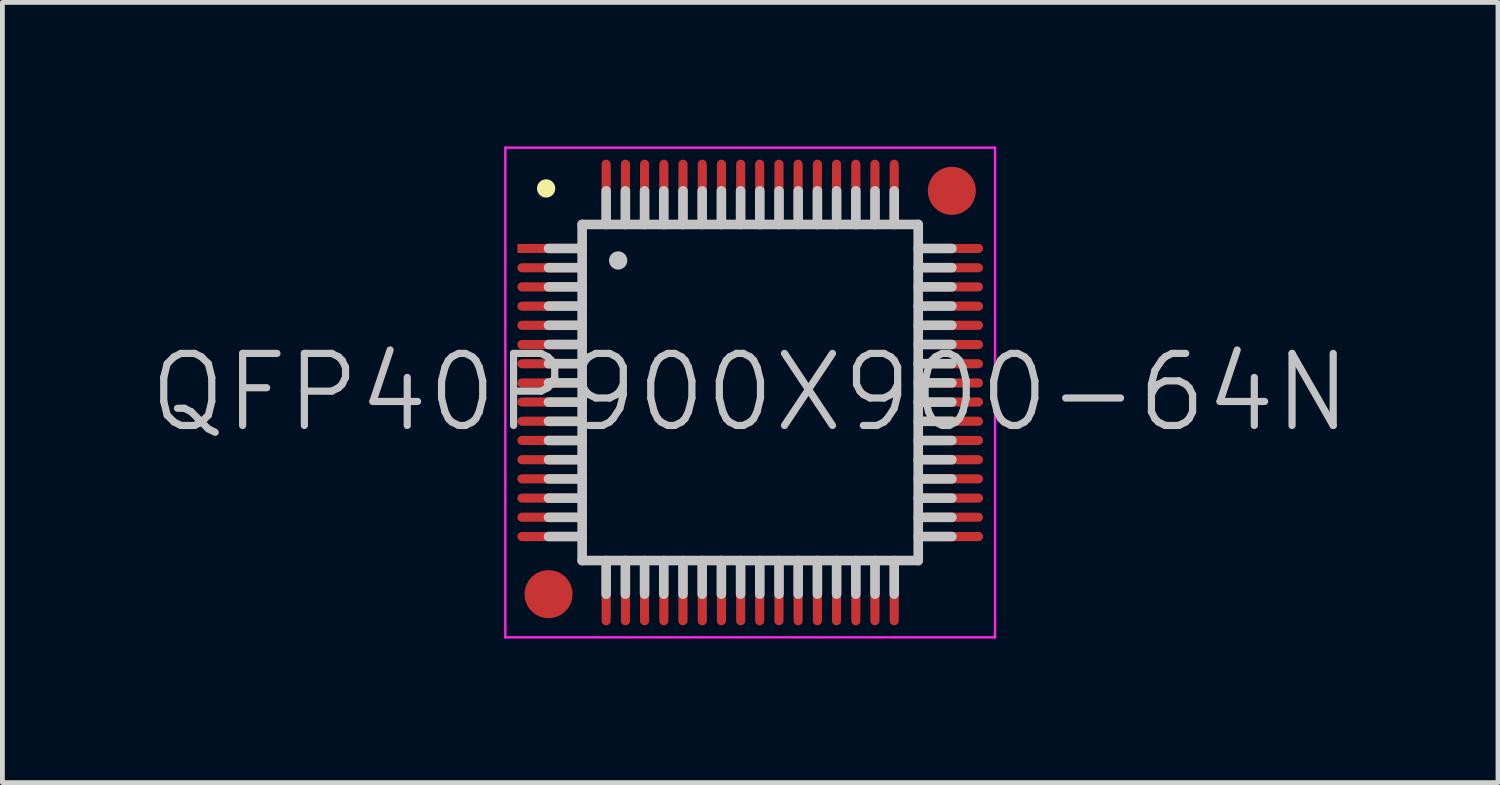
<source format=kicad_pcb>
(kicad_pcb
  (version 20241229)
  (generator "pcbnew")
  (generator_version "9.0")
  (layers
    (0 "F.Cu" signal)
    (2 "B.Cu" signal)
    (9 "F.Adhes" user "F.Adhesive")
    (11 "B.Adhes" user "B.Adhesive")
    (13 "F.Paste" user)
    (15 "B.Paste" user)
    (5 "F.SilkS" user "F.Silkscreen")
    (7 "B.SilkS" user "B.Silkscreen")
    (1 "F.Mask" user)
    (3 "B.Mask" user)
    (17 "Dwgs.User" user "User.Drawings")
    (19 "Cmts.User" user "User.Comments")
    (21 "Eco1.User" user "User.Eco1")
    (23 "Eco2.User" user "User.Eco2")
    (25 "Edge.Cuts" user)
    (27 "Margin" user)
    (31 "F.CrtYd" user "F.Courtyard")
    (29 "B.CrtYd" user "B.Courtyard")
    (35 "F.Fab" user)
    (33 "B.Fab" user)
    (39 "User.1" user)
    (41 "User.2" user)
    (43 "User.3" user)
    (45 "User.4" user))
  (footprint "QFP40P900X900-64N"
    (layer "F.Cu")
    (at 12.575 5.125)
    (property "Reference" "QFP40P900X900-64N" (at 0 0 0) (layer "Dwgs.User") (effects (font (size 1.5 1.5) (thickness 0.15))))
    (attr smd)
    (fp_line (start -4.25 -4.25) (end -4.25 -4.25) (stroke (width 0.381) (type solid)) (layer "F.SilkS"))
    (fp_line (start -3.5 -3.5) (end -3.5 3.5) (stroke (width 0.2) (type solid)) (layer "Dwgs.User"))
    (fp_line (start -3.5 -3.5) (end 3.5 -3.5) (stroke (width 0.2) (type solid)) (layer "Dwgs.User"))
    (fp_line (start -3.5 -3) (end -4.2 -3) (stroke (width 0.2) (type solid)) (layer "Dwgs.User"))
    (fp_line (start -3.5 -2.6) (end -4.2 -2.6) (stroke (width 0.2) (type solid)) (layer "Dwgs.User"))
    (fp_line (start -3.5 -2.2) (end -4.2 -2.2) (stroke (width 0.2) (type solid)) (layer "Dwgs.User"))
    (fp_line (start -3.5 -1.8) (end -4.2 -1.8) (stroke (width 0.2) (type solid)) (layer "Dwgs.User"))
    (fp_line (start -3.5 -1.4) (end -4.2 -1.4) (stroke (width 0.2) (type solid)) (layer "Dwgs.User"))
    (fp_line (start -3.5 -1) (end -4.2 -1) (stroke (width 0.2) (type solid)) (layer "Dwgs.User"))
    (fp_line (start -3.5 -0.6) (end -4.2 -0.6) (stroke (width 0.2) (type solid)) (layer "Dwgs.User"))
    (fp_line (start -3.5 -0.2) (end -4.2 -0.2) (stroke (width 0.2) (type solid)) (layer "Dwgs.User"))
    (fp_line (start -3.5 0.2) (end -4.2 0.2) (stroke (width 0.2) (type solid)) (layer "Dwgs.User"))
    (fp_line (start -3.5 0.6) (end -4.2 0.6) (stroke (width 0.2) (type solid)) (layer "Dwgs.User"))
    (fp_line (start -3.5 1) (end -4.2 1) (stroke (width 0.2) (type solid)) (layer "Dwgs.User"))
    (fp_line (start -3.5 1.4) (end -4.2 1.4) (stroke (width 0.2) (type solid)) (layer "Dwgs.User"))
    (fp_line (start -3.5 1.8) (end -4.2 1.8) (stroke (width 0.2) (type solid)) (layer "Dwgs.User"))
    (fp_line (start -3.5 2.2) (end -4.2 2.2) (stroke (width 0.2) (type solid)) (layer "Dwgs.User"))
    (fp_line (start -3.5 2.6) (end -4.2 2.6) (stroke (width 0.2) (type solid)) (layer "Dwgs.User"))
    (fp_line (start -3.5 3) (end -4.2 3) (stroke (width 0.2) (type solid)) (layer "Dwgs.User"))
    (fp_line (start -3.5 3.5) (end 3.5 3.5) (stroke (width 0.2) (type solid)) (layer "Dwgs.User"))
    (fp_line (start -3 -3.5) (end -3 -4.2) (stroke (width 0.2) (type solid)) (layer "Dwgs.User"))
    (fp_line (start -3 4.2) (end -3 3.5) (stroke (width 0.2) (type solid)) (layer "Dwgs.User"))
    (fp_line (start -2.75 -2.75) (end -2.75 -2.75) (stroke (width 0.381) (type solid)) (layer "Dwgs.User"))
    (fp_line (start -2.6 -3.5) (end -2.6 -4.2) (stroke (width 0.2) (type solid)) (layer "Dwgs.User"))
    (fp_line (start -2.6 4.2) (end -2.6 3.5) (stroke (width 0.2) (type solid)) (layer "Dwgs.User"))
    (fp_line (start -2.2 -3.5) (end -2.2 -4.2) (stroke (width 0.2) (type solid)) (layer "Dwgs.User"))
    (fp_line (start -2.2 4.2) (end -2.2 3.5) (stroke (width 0.2) (type solid)) (layer "Dwgs.User"))
    (fp_line (start -1.8 -3.5) (end -1.8 -4.2) (stroke (width 0.2) (type solid)) (layer "Dwgs.User"))
    (fp_line (start -1.8 4.2) (end -1.8 3.5) (stroke (width 0.2) (type solid)) (layer "Dwgs.User"))
    (fp_line (start -1.4 -3.5) (end -1.4 -4.2) (stroke (width 0.2) (type solid)) (layer "Dwgs.User"))
    (fp_line (start -1.4 4.2) (end -1.4 3.5) (stroke (width 0.2) (type solid)) (layer "Dwgs.User"))
    (fp_line (start -1 -3.5) (end -1 -4.2) (stroke (width 0.2) (type solid)) (layer "Dwgs.User"))
    (fp_line (start -1 4.2) (end -1 3.5) (stroke (width 0.2) (type solid)) (layer "Dwgs.User"))
    (fp_line (start -0.6 -3.5) (end -0.6 -4.2) (stroke (width 0.2) (type solid)) (layer "Dwgs.User"))
    (fp_line (start -0.6 4.2) (end -0.6 3.5) (stroke (width 0.2) (type solid)) (layer "Dwgs.User"))
    (fp_line (start -0.2 -3.5) (end -0.2 -4.2) (stroke (width 0.2) (type solid)) (layer "Dwgs.User"))
    (fp_line (start -0.2 4.2) (end -0.2 3.5) (stroke (width 0.2) (type solid)) (layer "Dwgs.User"))
    (fp_line (start 0.2 -3.5) (end 0.2 -4.2) (stroke (width 0.2) (type solid)) (layer "Dwgs.User"))
    (fp_line (start 0.2 4.2) (end 0.2 3.5) (stroke (width 0.2) (type solid)) (layer "Dwgs.User"))
    (fp_line (start 0.6 -3.5) (end 0.6 -4.2) (stroke (width 0.2) (type solid)) (layer "Dwgs.User"))
    (fp_line (start 0.6 4.2) (end 0.6 3.5) (stroke (width 0.2) (type solid)) (layer "Dwgs.User"))
    (fp_line (start 1 -3.5) (end 1 -4.2) (stroke (width 0.2) (type solid)) (layer "Dwgs.User"))
    (fp_line (start 1 4.2) (end 1 3.5) (stroke (width 0.2) (type solid)) (layer "Dwgs.User"))
    (fp_line (start 1.4 -3.5) (end 1.4 -4.2) (stroke (width 0.2) (type solid)) (layer "Dwgs.User"))
    (fp_line (start 1.4 4.2) (end 1.4 3.5) (stroke (width 0.2) (type solid)) (layer "Dwgs.User"))
    (fp_line (start 1.8 -3.5) (end 1.8 -4.2) (stroke (width 0.2) (type solid)) (layer "Dwgs.User"))
    (fp_line (start 1.8 4.2) (end 1.8 3.5) (stroke (width 0.2) (type solid)) (layer "Dwgs.User"))
    (fp_line (start 2.2 -3.5) (end 2.2 -4.2) (stroke (width 0.2) (type solid)) (layer "Dwgs.User"))
    (fp_line (start 2.2 4.2) (end 2.2 3.5) (stroke (width 0.2) (type solid)) (layer "Dwgs.User"))
    (fp_line (start 2.6 -3.5) (end 2.6 -4.2) (stroke (width 0.2) (type solid)) (layer "Dwgs.User"))
    (fp_line (start 2.6 4.2) (end 2.6 3.5) (stroke (width 0.2) (type solid)) (layer "Dwgs.User"))
    (fp_line (start 3 -3.5) (end 3 -4.2) (stroke (width 0.2) (type solid)) (layer "Dwgs.User"))
    (fp_line (start 3 4.2) (end 3 3.5) (stroke (width 0.2) (type solid)) (layer "Dwgs.User"))
    (fp_line (start 3.5 -3.5) (end 3.5 3.5) (stroke (width 0.2) (type solid)) (layer "Dwgs.User"))
    (fp_line (start 4.2 -3) (end 3.5 -3) (stroke (width 0.2) (type solid)) (layer "Dwgs.User"))
    (fp_line (start 4.2 -2.6) (end 3.5 -2.6) (stroke (width 0.2) (type solid)) (layer "Dwgs.User"))
    (fp_line (start 4.2 -2.2) (end 3.5 -2.2) (stroke (width 0.2) (type solid)) (layer "Dwgs.User"))
    (fp_line (start 4.2 -1.8) (end 3.5 -1.8) (stroke (width 0.2) (type solid)) (layer "Dwgs.User"))
    (fp_line (start 4.2 -1.4) (end 3.5 -1.4) (stroke (width 0.2) (type solid)) (layer "Dwgs.User"))
    (fp_line (start 4.2 -1) (end 3.5 -1) (stroke (width 0.2) (type solid)) (layer "Dwgs.User"))
    (fp_line (start 4.2 -0.6) (end 3.5 -0.6) (stroke (width 0.2) (type solid)) (layer "Dwgs.User"))
    (fp_line (start 4.2 -0.2) (end 3.5 -0.2) (stroke (width 0.2) (type solid)) (layer "Dwgs.User"))
    (fp_line (start 4.2 0.2) (end 3.5 0.2) (stroke (width 0.2) (type solid)) (layer "Dwgs.User"))
    (fp_line (start 4.2 0.6) (end 3.5 0.6) (stroke (width 0.2) (type solid)) (layer "Dwgs.User"))
    (fp_line (start 4.2 1) (end 3.5 1) (stroke (width 0.2) (type solid)) (layer "Dwgs.User"))
    (fp_line (start 4.2 1.4) (end 3.5 1.4) (stroke (width 0.2) (type solid)) (layer "Dwgs.User"))
    (fp_line (start 4.2 1.8) (end 3.5 1.8) (stroke (width 0.2) (type solid)) (layer "Dwgs.User"))
    (fp_line (start 4.2 2.2) (end 3.5 2.2) (stroke (width 0.2) (type solid)) (layer "Dwgs.User"))
    (fp_line (start 4.2 2.6) (end 3.5 2.6) (stroke (width 0.2) (type solid)) (layer "Dwgs.User"))
    (fp_line (start 4.2 3) (end 3.5 3) (stroke (width 0.2) (type solid)) (layer "Dwgs.User"))
    (fp_line (start -5.1 -5.1) (end -5.1 5.1) (stroke (width 0.05) (type solid)) (layer "F.CrtYd"))
    (fp_line (start -5.1 -5.1) (end 5.1 -5.1) (stroke (width 0.05) (type solid)) (layer "F.CrtYd"))
    (fp_line (start -5.1 5.1) (end 5.1 5.1) (stroke (width 0.05) (type solid)) (layer "F.CrtYd"))
    (fp_line (start 5.1 -5.1) (end 5.1 5.1) (stroke (width 0.05) (type solid)) (layer "F.CrtYd"))
    (pad "" smd circle (at -4.2 4.2) (size 1 1) (layers "F.Cu" "F.Mask"))
    (pad "" smd circle (at 4.2 -4.2) (size 1 1) (layers "F.Cu" "F.Mask"))
    (pad "1" smd rect (at -4.199 -3 90) (size 0.19 1.3) (layers "F.Cu" "F.Mask" "F.Paste"))
    (pad "2" smd oval (at -4.199 -2.598 90) (size 0.19 1.3) (layers "F.Cu" "F.Mask" "F.Paste"))
    (pad "3" smd oval (at -4.199 -2.2 90) (size 0.19 1.3) (layers "F.Cu" "F.Mask" "F.Paste"))
    (pad "4" smd oval (at -4.199 -1.798 90) (size 0.19 1.3) (layers "F.Cu" "F.Mask" "F.Paste"))
    (pad "5" smd oval (at -4.199 -1.4 90) (size 0.19 1.3) (layers "F.Cu" "F.Mask" "F.Paste"))
    (pad "6" smd oval (at -4.199 -0.998 90) (size 0.19 1.3) (layers "F.Cu" "F.Mask" "F.Paste"))
    (pad "7" smd oval (at -4.199 -0.599 90) (size 0.19 1.3) (layers "F.Cu" "F.Mask" "F.Paste"))
    (pad "8" smd oval (at -4.199 -0.198 90) (size 0.19 1.3) (layers "F.Cu" "F.Mask" "F.Paste"))
    (pad "9" smd oval (at -4.199 0.198 90) (size 0.19 1.3) (layers "F.Cu" "F.Mask" "F.Paste"))
    (pad "10" smd oval (at -4.199 0.599 90) (size 0.19 1.3) (layers "F.Cu" "F.Mask" "F.Paste"))
    (pad "11" smd oval (at -4.199 0.998 90) (size 0.19 1.3) (layers "F.Cu" "F.Mask" "F.Paste"))
    (pad "12" smd oval (at -4.199 1.4 90) (size 0.19 1.3) (layers "F.Cu" "F.Mask" "F.Paste"))
    (pad "13" smd oval (at -4.199 1.798 90) (size 0.19 1.3) (layers "F.Cu" "F.Mask" "F.Paste"))
    (pad "14" smd oval (at -4.199 2.2 90) (size 0.19 1.3) (layers "F.Cu" "F.Mask" "F.Paste"))
    (pad "15" smd oval (at -4.199 2.598 90) (size 0.19 1.3) (layers "F.Cu" "F.Mask" "F.Paste"))
    (pad "16" smd oval (at -4.199 3 90) (size 0.19 1.3) (layers "F.Cu" "F.Mask" "F.Paste"))
    (pad "17" smd oval (at -3 4.199 180) (size 0.19 1.3) (layers "F.Cu" "F.Mask" "F.Paste"))
    (pad "18" smd oval (at -2.598 4.199 180) (size 0.19 1.3) (layers "F.Cu" "F.Mask" "F.Paste"))
    (pad "19" smd oval (at -2.2 4.199 180) (size 0.19 1.3) (layers "F.Cu" "F.Mask" "F.Paste"))
    (pad "20" smd oval (at -1.798 4.199 180) (size 0.19 1.3) (layers "F.Cu" "F.Mask" "F.Paste"))
    (pad "21" smd oval (at -1.4 4.199 180) (size 0.19 1.3) (layers "F.Cu" "F.Mask" "F.Paste"))
    (pad "22" smd oval (at -0.998 4.199 180) (size 0.19 1.3) (layers "F.Cu" "F.Mask" "F.Paste"))
    (pad "23" smd oval (at -0.599 4.199 180) (size 0.19 1.3) (layers "F.Cu" "F.Mask" "F.Paste"))
    (pad "24" smd oval (at -0.198 4.199 180) (size 0.19 1.3) (layers "F.Cu" "F.Mask" "F.Paste"))
    (pad "25" smd oval (at 0.198 4.199 180) (size 0.19 1.3) (layers "F.Cu" "F.Mask" "F.Paste"))
    (pad "26" smd oval (at 0.599 4.199 180) (size 0.19 1.3) (layers "F.Cu" "F.Mask" "F.Paste"))
    (pad "27" smd oval (at 0.998 4.199 180) (size 0.19 1.3) (layers "F.Cu" "F.Mask" "F.Paste"))
    (pad "28" smd oval (at 1.4 4.199 180) (size 0.19 1.3) (layers "F.Cu" "F.Mask" "F.Paste"))
    (pad "29" smd oval (at 1.798 4.199 180) (size 0.19 1.3) (layers "F.Cu" "F.Mask" "F.Paste"))
    (pad "30" smd oval (at 2.2 4.199 180) (size 0.19 1.3) (layers "F.Cu" "F.Mask" "F.Paste"))
    (pad "31" smd oval (at 2.598 4.199 180) (size 0.19 1.3) (layers "F.Cu" "F.Mask" "F.Paste"))
    (pad "32" smd oval (at 3 4.199 180) (size 0.19 1.3) (layers "F.Cu" "F.Mask" "F.Paste"))
    (pad "33" smd oval (at 4.199 3 270) (size 0.19 1.3) (layers "F.Cu" "F.Mask" "F.Paste"))
    (pad "34" smd oval (at 4.199 2.598 270) (size 0.19 1.3) (layers "F.Cu" "F.Mask" "F.Paste"))
    (pad "35" smd oval (at 4.199 2.2 270) (size 0.19 1.3) (layers "F.Cu" "F.Mask" "F.Paste"))
    (pad "36" smd oval (at 4.199 1.798 270) (size 0.19 1.3) (layers "F.Cu" "F.Mask" "F.Paste"))
    (pad "37" smd oval (at 4.199 1.4 270) (size 0.19 1.3) (layers "F.Cu" "F.Mask" "F.Paste"))
    (pad "38" smd oval (at 4.199 0.998 270) (size 0.19 1.3) (layers "F.Cu" "F.Mask" "F.Paste"))
    (pad "39" smd oval (at 4.199 0.599 270) (size 0.19 1.3) (layers "F.Cu" "F.Mask" "F.Paste"))
    (pad "40" smd oval (at 4.199 0.198 270) (size 0.19 1.3) (layers "F.Cu" "F.Mask" "F.Paste"))
    (pad "41" smd oval (at 4.199 -0.198 270) (size 0.19 1.3) (layers "F.Cu" "F.Mask" "F.Paste"))
    (pad "42" smd oval (at 4.199 -0.599 270) (size 0.19 1.3) (layers "F.Cu" "F.Mask" "F.Paste"))
    (pad "43" smd oval (at 4.199 -0.998 270) (size 0.19 1.3) (layers "F.Cu" "F.Mask" "F.Paste"))
    (pad "44" smd oval (at 4.199 -1.4 270) (size 0.19 1.3) (layers "F.Cu" "F.Mask" "F.Paste"))
    (pad "45" smd oval (at 4.199 -1.798 270) (size 0.19 1.3) (layers "F.Cu" "F.Mask" "F.Paste"))
    (pad "46" smd oval (at 4.199 -2.2 270) (size 0.19 1.3) (layers "F.Cu" "F.Mask" "F.Paste"))
    (pad "47" smd oval (at 4.199 -2.598 270) (size 0.19 1.3) (layers "F.Cu" "F.Mask" "F.Paste"))
    (pad "48" smd oval (at 4.199 -3 270) (size 0.19 1.3) (layers "F.Cu" "F.Mask" "F.Paste"))
    (pad "49" smd oval (at 3 -4.199) (size 0.19 1.3) (layers "F.Cu" "F.Mask" "F.Paste"))
    (pad "50" smd oval (at 2.598 -4.199) (size 0.19 1.3) (layers "F.Cu" "F.Mask" "F.Paste"))
    (pad "51" smd oval (at 2.2 -4.199) (size 0.19 1.3) (layers "F.Cu" "F.Mask" "F.Paste"))
    (pad "52" smd oval (at 1.798 -4.199) (size 0.19 1.3) (layers "F.Cu" "F.Mask" "F.Paste"))
    (pad "53" smd oval (at 1.4 -4.199) (size 0.19 1.3) (layers "F.Cu" "F.Mask" "F.Paste"))
    (pad "54" smd oval (at 0.998 -4.199) (size 0.19 1.3) (layers "F.Cu" "F.Mask" "F.Paste"))
    (pad "55" smd oval (at 0.599 -4.199) (size 0.19 1.3) (layers "F.Cu" "F.Mask" "F.Paste"))
    (pad "56" smd oval (at 0.198 -4.199) (size 0.19 1.3) (layers "F.Cu" "F.Mask" "F.Paste"))
    (pad "57" smd oval (at -0.198 -4.199) (size 0.19 1.3) (layers "F.Cu" "F.Mask" "F.Paste"))
    (pad "58" smd oval (at -0.599 -4.199) (size 0.19 1.3) (layers "F.Cu" "F.Mask" "F.Paste"))
    (pad "59" smd oval (at -0.998 -4.199) (size 0.19 1.3) (layers "F.Cu" "F.Mask" "F.Paste"))
    (pad "60" smd oval (at -1.4 -4.199) (size 0.19 1.3) (layers "F.Cu" "F.Mask" "F.Paste"))
    (pad "61" smd oval (at -1.798 -4.199) (size 0.19 1.3) (layers "F.Cu" "F.Mask" "F.Paste"))
    (pad "62" smd oval (at -2.2 -4.199) (size 0.19 1.3) (layers "F.Cu" "F.Mask" "F.Paste"))
    (pad "63" smd oval (at -2.598 -4.199) (size 0.19 1.3) (layers "F.Cu" "F.Mask" "F.Paste"))
    (pad "64" smd oval (at -3 -4.199) (size 0.19 1.3) (layers "F.Cu" "F.Mask" "F.Paste")))
  (gr_rect
    (start -3 -3)
    (end 28.15 13.25)
    (stroke (width 0.1) (type default))
    (fill no)
    (layer "Edge.Cuts")))
</source>
